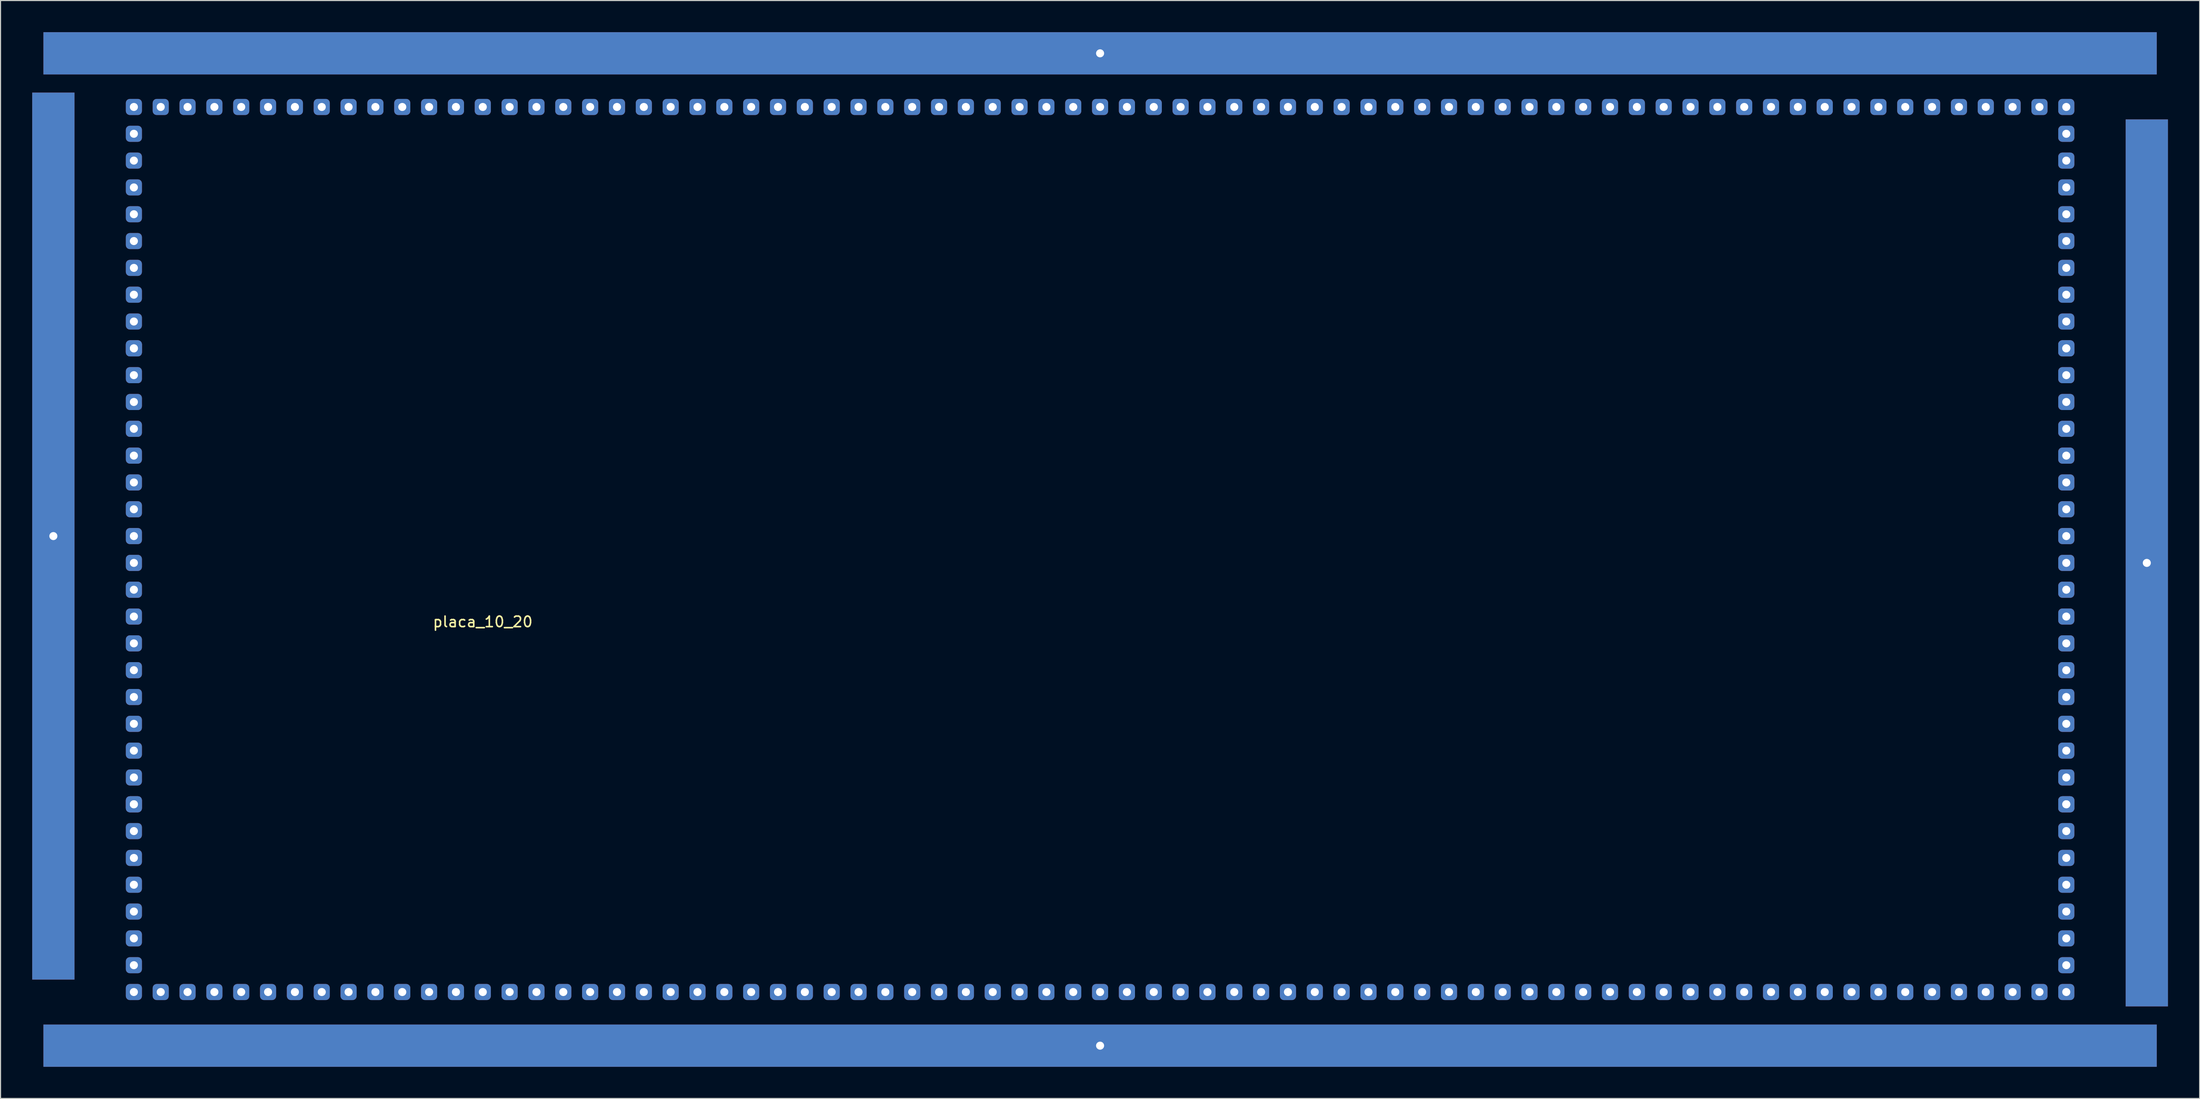
<source format=kicad_pcb>
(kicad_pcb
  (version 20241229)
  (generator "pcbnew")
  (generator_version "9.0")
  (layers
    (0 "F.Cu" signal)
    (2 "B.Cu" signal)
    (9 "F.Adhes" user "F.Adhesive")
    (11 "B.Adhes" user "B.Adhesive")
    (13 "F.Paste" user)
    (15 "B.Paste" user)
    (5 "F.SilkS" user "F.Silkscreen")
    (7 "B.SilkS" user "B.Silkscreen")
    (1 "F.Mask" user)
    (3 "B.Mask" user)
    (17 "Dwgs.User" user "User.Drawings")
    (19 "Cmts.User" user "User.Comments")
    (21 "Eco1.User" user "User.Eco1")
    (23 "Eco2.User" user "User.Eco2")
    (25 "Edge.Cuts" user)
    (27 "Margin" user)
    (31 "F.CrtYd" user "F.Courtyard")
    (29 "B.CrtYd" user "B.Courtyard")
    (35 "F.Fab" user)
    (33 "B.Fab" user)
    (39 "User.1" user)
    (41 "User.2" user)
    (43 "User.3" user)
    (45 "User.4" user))
  (footprint "placa_10_20"
    (layer "F.Cu")
    (at 42.64 55.34)
    (property "Reference" "placa_10_20" (at 0 0.5 0) (layer "F.SilkS") (effects (font (size 1 1) (thickness 0.15))))
    (attr through_hole)
    (pad "" np_thru_hole rect (at -40.64 -7.62) (size 4 84) (drill 0.762) (layers "*.Cu" "*.Mask"))
    (pad "" np_thru_hole rect (at 58.42 -53.34) (size 200 4) (drill 0.762) (layers "*.Cu" "*.Mask"))
    (pad "" np_thru_hole rect (at 58.42 40.64) (size 200 4) (drill 0.762) (layers "*.Cu" "*.Mask"))
    (pad "" np_thru_hole rect (at 157.48 -5.08) (size 4 84) (drill 0.762) (layers "*.Cu" "*.Mask"))
    (pad "1" thru_hole roundrect (at -33.02 -48.26) (size 1.524 1.524) (drill 0.762) (layers "*.Cu" "*.Mask") (roundrect_rratio 0.25))
    (pad "1" thru_hole roundrect (at -33.02 -45.72) (size 1.524 1.524) (drill 0.762) (layers "*.Cu" "*.Mask") (roundrect_rratio 0.25))
    (pad "1" thru_hole roundrect (at -33.02 -43.18) (size 1.524 1.524) (drill 0.762) (layers "*.Cu" "*.Mask") (roundrect_rratio 0.25))
    (pad "1" thru_hole roundrect (at -33.02 -40.64) (size 1.524 1.524) (drill 0.762) (layers "*.Cu" "*.Mask") (roundrect_rratio 0.25))
    (pad "1" thru_hole roundrect (at -33.02 -38.1) (size 1.524 1.524) (drill 0.762) (layers "*.Cu" "*.Mask") (roundrect_rratio 0.25))
    (pad "1" thru_hole roundrect (at -33.02 -35.56) (size 1.524 1.524) (drill 0.762) (layers "*.Cu" "*.Mask") (roundrect_rratio 0.25))
    (pad "1" thru_hole roundrect (at -33.02 -33.02) (size 1.524 1.524) (drill 0.762) (layers "*.Cu" "*.Mask") (roundrect_rratio 0.25))
    (pad "1" thru_hole roundrect (at -33.02 -30.48) (size 1.524 1.524) (drill 0.762) (layers "*.Cu" "*.Mask") (roundrect_rratio 0.25))
    (pad "1" thru_hole roundrect (at -33.02 -27.94) (size 1.524 1.524) (drill 0.762) (layers "*.Cu" "*.Mask") (roundrect_rratio 0.25))
    (pad "1" thru_hole roundrect (at -33.02 -25.4) (size 1.524 1.524) (drill 0.762) (layers "*.Cu" "*.Mask") (roundrect_rratio 0.25))
    (pad "1" thru_hole roundrect (at -33.02 -25.4) (size 1.524 1.524) (drill 0.762) (layers "*.Cu" "*.Mask") (roundrect_rratio 0.25))
    (pad "1" thru_hole roundrect (at -33.02 -22.86) (size 1.524 1.524) (drill 0.762) (layers "*.Cu" "*.Mask") (roundrect_rratio 0.25))
    (pad "1" thru_hole roundrect (at -33.02 -20.32) (size 1.524 1.524) (drill 0.762) (layers "*.Cu" "*.Mask") (roundrect_rratio 0.25))
    (pad "1" thru_hole roundrect (at -33.02 -17.78) (size 1.524 1.524) (drill 0.762) (layers "*.Cu" "*.Mask") (roundrect_rratio 0.25))
    (pad "1" thru_hole roundrect (at -33.02 -15.24) (size 1.524 1.524) (drill 0.762) (layers "*.Cu" "*.Mask") (roundrect_rratio 0.25))
    (pad "1" thru_hole roundrect (at -33.02 -12.7) (size 1.524 1.524) (drill 0.762) (layers "*.Cu" "*.Mask") (roundrect_rratio 0.25))
    (pad "1" thru_hole roundrect (at -33.02 -10.16) (size 1.524 1.524) (drill 0.762) (layers "*.Cu" "*.Mask") (roundrect_rratio 0.25))
    (pad "1" thru_hole roundrect (at -33.02 -7.62) (size 1.524 1.524) (drill 0.762) (layers "*.Cu" "*.Mask") (roundrect_rratio 0.25))
    (pad "1" thru_hole roundrect (at -33.02 -5.08) (size 1.524 1.524) (drill 0.762) (layers "*.Cu" "*.Mask") (roundrect_rratio 0.25))
    (pad "1" thru_hole roundrect (at -33.02 -2.54) (size 1.524 1.524) (drill 0.762) (layers "*.Cu" "*.Mask") (roundrect_rratio 0.25))
    (pad "1" thru_hole roundrect (at -33.02 0) (size 1.524 1.524) (drill 0.762) (layers "*.Cu" "*.Mask") (roundrect_rratio 0.25))
    (pad "1" thru_hole roundrect (at -33.02 2.54) (size 1.524 1.524) (drill 0.762) (layers "*.Cu" "*.Mask") (roundrect_rratio 0.25))
    (pad "1" thru_hole roundrect (at -33.02 5.08) (size 1.524 1.524) (drill 0.762) (layers "*.Cu" "*.Mask") (roundrect_rratio 0.25))
    (pad "1" thru_hole roundrect (at -33.02 7.62) (size 1.524 1.524) (drill 0.762) (layers "*.Cu" "*.Mask") (roundrect_rratio 0.25))
    (pad "1" thru_hole roundrect (at -33.02 10.16) (size 1.524 1.524) (drill 0.762) (layers "*.Cu" "*.Mask") (roundrect_rratio 0.25))
    (pad "1" thru_hole roundrect (at -33.02 12.7) (size 1.524 1.524) (drill 0.762) (layers "*.Cu" "*.Mask") (roundrect_rratio 0.25))
    (pad "1" thru_hole roundrect (at -33.02 15.24) (size 1.524 1.524) (drill 0.762) (layers "*.Cu" "*.Mask") (roundrect_rratio 0.25))
    (pad "1" thru_hole roundrect (at -33.02 17.78) (size 1.524 1.524) (drill 0.762) (layers "*.Cu" "*.Mask") (roundrect_rratio 0.25))
    (pad "1" thru_hole roundrect (at -33.02 17.78) (size 1.524 1.524) (drill 0.762) (layers "*.Cu" "*.Mask") (roundrect_rratio 0.25))
    (pad "1" thru_hole roundrect (at -33.02 20.32) (size 1.524 1.524) (drill 0.762) (layers "*.Cu" "*.Mask") (roundrect_rratio 0.25))
    (pad "1" thru_hole roundrect (at -33.02 22.86) (size 1.524 1.524) (drill 0.762) (layers "*.Cu" "*.Mask") (roundrect_rratio 0.25))
    (pad "1" thru_hole roundrect (at -33.02 25.4) (size 1.524 1.524) (drill 0.762) (layers "*.Cu" "*.Mask") (roundrect_rratio 0.25))
    (pad "1" thru_hole roundrect (at -33.02 27.94) (size 1.524 1.524) (drill 0.762) (layers "*.Cu" "*.Mask") (roundrect_rratio 0.25))
    (pad "1" thru_hole roundrect (at -33.02 30.48) (size 1.524 1.524) (drill 0.762) (layers "*.Cu" "*.Mask") (roundrect_rratio 0.25))
    (pad "1" thru_hole roundrect (at -33.02 33.02) (size 1.524 1.524) (drill 0.762) (layers "*.Cu" "*.Mask") (roundrect_rratio 0.25))
    (pad "1" thru_hole roundrect (at -33.02 35.56) (size 1.524 1.524) (drill 0.762) (layers "*.Cu" "*.Mask") (roundrect_rratio 0.25))
    (pad "1" thru_hole roundrect (at -7.62 -48.26) (size 1.524 1.524) (drill 0.762) (layers "*.Cu" "*.Mask") (roundrect_rratio 0.25))
    (pad "1" thru_hole roundrect (at -7.62 35.56) (size 1.524 1.524) (drill 0.762) (layers "*.Cu" "*.Mask") (roundrect_rratio 0.25))
    (pad "1" thru_hole roundrect (at 17.78 -48.26) (size 1.524 1.524) (drill 0.762) (layers "*.Cu" "*.Mask") (roundrect_rratio 0.25))
    (pad "1" thru_hole roundrect (at 17.78 35.56) (size 1.524 1.524) (drill 0.762) (layers "*.Cu" "*.Mask") (roundrect_rratio 0.25))
    (pad "1" thru_hole roundrect (at 43.18 -48.26) (size 1.524 1.524) (drill 0.762) (layers "*.Cu" "*.Mask") (roundrect_rratio 0.25))
    (pad "1" thru_hole roundrect (at 43.18 35.56) (size 1.524 1.524) (drill 0.762) (layers "*.Cu" "*.Mask") (roundrect_rratio 0.25))
    (pad "1" thru_hole roundrect (at 68.58 -48.26) (size 1.524 1.524) (drill 0.762) (layers "*.Cu" "*.Mask") (roundrect_rratio 0.25))
    (pad "1" thru_hole roundrect (at 68.58 35.56) (size 1.524 1.524) (drill 0.762) (layers "*.Cu" "*.Mask") (roundrect_rratio 0.25))
    (pad "1" thru_hole roundrect (at 93.98 -48.26) (size 1.524 1.524) (drill 0.762) (layers "*.Cu" "*.Mask") (roundrect_rratio 0.25))
    (pad "1" thru_hole roundrect (at 93.98 35.56) (size 1.524 1.524) (drill 0.762) (layers "*.Cu" "*.Mask") (roundrect_rratio 0.25))
    (pad "1" thru_hole roundrect (at 119.38 -48.26) (size 1.524 1.524) (drill 0.762) (layers "*.Cu" "*.Mask") (roundrect_rratio 0.25))
    (pad "1" thru_hole roundrect (at 119.38 35.56) (size 1.524 1.524) (drill 0.762) (layers "*.Cu" "*.Mask") (roundrect_rratio 0.25))
    (pad "1" thru_hole roundrect (at 144.78 -48.26) (size 1.524 1.524) (drill 0.762) (layers "*.Cu" "*.Mask") (roundrect_rratio 0.25))
    (pad "1" thru_hole roundrect (at 144.78 35.56) (size 1.524 1.524) (drill 0.762) (layers "*.Cu" "*.Mask") (roundrect_rratio 0.25))
    (pad "1" thru_hole roundrect (at 149.86 -45.72) (size 1.524 1.524) (drill 0.762) (layers "*.Cu" "*.Mask") (roundrect_rratio 0.25))
    (pad "1" thru_hole roundrect (at 149.86 -43.18) (size 1.524 1.524) (drill 0.762) (layers "*.Cu" "*.Mask") (roundrect_rratio 0.25))
    (pad "1" thru_hole roundrect (at 149.86 -40.64) (size 1.524 1.524) (drill 0.762) (layers "*.Cu" "*.Mask") (roundrect_rratio 0.25))
    (pad "1" thru_hole roundrect (at 149.86 -38.1) (size 1.524 1.524) (drill 0.762) (layers "*.Cu" "*.Mask") (roundrect_rratio 0.25))
    (pad "1" thru_hole roundrect (at 149.86 -35.56) (size 1.524 1.524) (drill 0.762) (layers "*.Cu" "*.Mask") (roundrect_rratio 0.25))
    (pad "1" thru_hole roundrect (at 149.86 -33.02) (size 1.524 1.524) (drill 0.762) (layers "*.Cu" "*.Mask") (roundrect_rratio 0.25))
    (pad "1" thru_hole roundrect (at 149.86 -30.48) (size 1.524 1.524) (drill 0.762) (layers "*.Cu" "*.Mask") (roundrect_rratio 0.25))
    (pad "1" thru_hole roundrect (at 149.86 -27.94) (size 1.524 1.524) (drill 0.762) (layers "*.Cu" "*.Mask") (roundrect_rratio 0.25))
    (pad "1" thru_hole roundrect (at 149.86 -25.4) (size 1.524 1.524) (drill 0.762) (layers "*.Cu" "*.Mask") (roundrect_rratio 0.25))
    (pad "1" thru_hole roundrect (at 149.86 -25.4) (size 1.524 1.524) (drill 0.762) (layers "*.Cu" "*.Mask") (roundrect_rratio 0.25))
    (pad "1" thru_hole roundrect (at 149.86 -22.86) (size 1.524 1.524) (drill 0.762) (layers "*.Cu" "*.Mask") (roundrect_rratio 0.25))
    (pad "1" thru_hole roundrect (at 149.86 -20.32) (size 1.524 1.524) (drill 0.762) (layers "*.Cu" "*.Mask") (roundrect_rratio 0.25))
    (pad "1" thru_hole roundrect (at 149.86 -17.78) (size 1.524 1.524) (drill 0.762) (layers "*.Cu" "*.Mask") (roundrect_rratio 0.25))
    (pad "1" thru_hole roundrect (at 149.86 -15.24) (size 1.524 1.524) (drill 0.762) (layers "*.Cu" "*.Mask") (roundrect_rratio 0.25))
    (pad "1" thru_hole roundrect (at 149.86 -12.7) (size 1.524 1.524) (drill 0.762) (layers "*.Cu" "*.Mask") (roundrect_rratio 0.25))
    (pad "1" thru_hole roundrect (at 149.86 -10.16) (size 1.524 1.524) (drill 0.762) (layers "*.Cu" "*.Mask") (roundrect_rratio 0.25))
    (pad "1" thru_hole roundrect (at 149.86 -7.62) (size 1.524 1.524) (drill 0.762) (layers "*.Cu" "*.Mask") (roundrect_rratio 0.25))
    (pad "1" thru_hole roundrect (at 149.86 -5.08) (size 1.524 1.524) (drill 0.762) (layers "*.Cu" "*.Mask") (roundrect_rratio 0.25))
    (pad "1" thru_hole roundrect (at 149.86 -2.54) (size 1.524 1.524) (drill 0.762) (layers "*.Cu" "*.Mask") (roundrect_rratio 0.25))
    (pad "1" thru_hole roundrect (at 149.86 0) (size 1.524 1.524) (drill 0.762) (layers "*.Cu" "*.Mask") (roundrect_rratio 0.25))
    (pad "1" thru_hole roundrect (at 149.86 2.54) (size 1.524 1.524) (drill 0.762) (layers "*.Cu" "*.Mask") (roundrect_rratio 0.25))
    (pad "1" thru_hole roundrect (at 149.86 5.08) (size 1.524 1.524) (drill 0.762) (layers "*.Cu" "*.Mask") (roundrect_rratio 0.25))
    (pad "1" thru_hole roundrect (at 149.86 7.62) (size 1.524 1.524) (drill 0.762) (layers "*.Cu" "*.Mask") (roundrect_rratio 0.25))
    (pad "1" thru_hole roundrect (at 149.86 10.16) (size 1.524 1.524) (drill 0.762) (layers "*.Cu" "*.Mask") (roundrect_rratio 0.25))
    (pad "1" thru_hole roundrect (at 149.86 12.7) (size 1.524 1.524) (drill 0.762) (layers "*.Cu" "*.Mask") (roundrect_rratio 0.25))
    (pad "1" thru_hole roundrect (at 149.86 15.24) (size 1.524 1.524) (drill 0.762) (layers "*.Cu" "*.Mask") (roundrect_rratio 0.25))
    (pad "1" thru_hole roundrect (at 149.86 17.78) (size 1.524 1.524) (drill 0.762) (layers "*.Cu" "*.Mask") (roundrect_rratio 0.25))
    (pad "1" thru_hole roundrect (at 149.86 17.78) (size 1.524 1.524) (drill 0.762) (layers "*.Cu" "*.Mask") (roundrect_rratio 0.25))
    (pad "1" thru_hole roundrect (at 149.86 20.32) (size 1.524 1.524) (drill 0.762) (layers "*.Cu" "*.Mask") (roundrect_rratio 0.25))
    (pad "1" thru_hole roundrect (at 149.86 22.86) (size 1.524 1.524) (drill 0.762) (layers "*.Cu" "*.Mask") (roundrect_rratio 0.25))
    (pad "1" thru_hole roundrect (at 149.86 25.4) (size 1.524 1.524) (drill 0.762) (layers "*.Cu" "*.Mask") (roundrect_rratio 0.25))
    (pad "1" thru_hole roundrect (at 149.86 27.94) (size 1.524 1.524) (drill 0.762) (layers "*.Cu" "*.Mask") (roundrect_rratio 0.25))
    (pad "1" thru_hole roundrect (at 149.86 30.48) (size 1.524 1.524) (drill 0.762) (layers "*.Cu" "*.Mask") (roundrect_rratio 0.25))
    (pad "1" thru_hole roundrect (at 149.86 33.02) (size 1.524 1.524) (drill 0.762) (layers "*.Cu" "*.Mask") (roundrect_rratio 0.25))
    (pad "1" thru_hole roundrect (at 149.86 35.56) (size 1.524 1.524) (drill 0.762) (layers "*.Cu" "*.Mask") (roundrect_rratio 0.25))
    (pad "3" thru_hole roundrect (at -30.48 -48.26) (size 1.524 1.524) (drill 0.762) (layers "*.Cu" "*.Mask") (roundrect_rratio 0.25))
    (pad "3" thru_hole roundrect (at -30.48 35.56) (size 1.524 1.524) (drill 0.762) (layers "*.Cu" "*.Mask") (roundrect_rratio 0.25))
    (pad "3" thru_hole roundrect (at -5.08 -48.26) (size 1.524 1.524) (drill 0.762) (layers "*.Cu" "*.Mask") (roundrect_rratio 0.25))
    (pad "3" thru_hole roundrect (at -5.08 35.56) (size 1.524 1.524) (drill 0.762) (layers "*.Cu" "*.Mask") (roundrect_rratio 0.25))
    (pad "3" thru_hole roundrect (at 20.32 -48.26) (size 1.524 1.524) (drill 0.762) (layers "*.Cu" "*.Mask") (roundrect_rratio 0.25))
    (pad "3" thru_hole roundrect (at 20.32 35.56) (size 1.524 1.524) (drill 0.762) (layers "*.Cu" "*.Mask") (roundrect_rratio 0.25))
    (pad "3" thru_hole roundrect (at 45.72 -48.26) (size 1.524 1.524) (drill 0.762) (layers "*.Cu" "*.Mask") (roundrect_rratio 0.25))
    (pad "3" thru_hole roundrect (at 45.72 35.56) (size 1.524 1.524) (drill 0.762) (layers "*.Cu" "*.Mask") (roundrect_rratio 0.25))
    (pad "3" thru_hole roundrect (at 71.12 -48.26) (size 1.524 1.524) (drill 0.762) (layers "*.Cu" "*.Mask") (roundrect_rratio 0.25))
    (pad "3" thru_hole roundrect (at 71.12 35.56) (size 1.524 1.524) (drill 0.762) (layers "*.Cu" "*.Mask") (roundrect_rratio 0.25))
    (pad "3" thru_hole roundrect (at 96.52 -48.26) (size 1.524 1.524) (drill 0.762) (layers "*.Cu" "*.Mask") (roundrect_rratio 0.25))
    (pad "3" thru_hole roundrect (at 96.52 35.56) (size 1.524 1.524) (drill 0.762) (layers "*.Cu" "*.Mask") (roundrect_rratio 0.25))
    (pad "3" thru_hole roundrect (at 121.92 -48.26) (size 1.524 1.524) (drill 0.762) (layers "*.Cu" "*.Mask") (roundrect_rratio 0.25))
    (pad "3" thru_hole roundrect (at 121.92 35.56) (size 1.524 1.524) (drill 0.762) (layers "*.Cu" "*.Mask") (roundrect_rratio 0.25))
    (pad "3" thru_hole roundrect (at 147.32 -48.26) (size 1.524 1.524) (drill 0.762) (layers "*.Cu" "*.Mask") (roundrect_rratio 0.25))
    (pad "3" thru_hole roundrect (at 147.32 35.56) (size 1.524 1.524) (drill 0.762) (layers "*.Cu" "*.Mask") (roundrect_rratio 0.25))
    (pad "4" thru_hole roundrect (at -27.94 -48.26) (size 1.524 1.524) (drill 0.762) (layers "*.Cu" "*.Mask") (roundrect_rratio 0.25))
    (pad "4" thru_hole roundrect (at -27.94 35.56) (size 1.524 1.524) (drill 0.762) (layers "*.Cu" "*.Mask") (roundrect_rratio 0.25))
    (pad "4" thru_hole roundrect (at -2.54 -48.26) (size 1.524 1.524) (drill 0.762) (layers "*.Cu" "*.Mask") (roundrect_rratio 0.25))
    (pad "4" thru_hole roundrect (at -2.54 35.56) (size 1.524 1.524) (drill 0.762) (layers "*.Cu" "*.Mask") (roundrect_rratio 0.25))
    (pad "4" thru_hole roundrect (at 22.86 -48.26) (size 1.524 1.524) (drill 0.762) (layers "*.Cu" "*.Mask") (roundrect_rratio 0.25))
    (pad "4" thru_hole roundrect (at 22.86 35.56) (size 1.524 1.524) (drill 0.762) (layers "*.Cu" "*.Mask") (roundrect_rratio 0.25))
    (pad "4" thru_hole roundrect (at 48.26 -48.26) (size 1.524 1.524) (drill 0.762) (layers "*.Cu" "*.Mask") (roundrect_rratio 0.25))
    (pad "4" thru_hole roundrect (at 48.26 35.56) (size 1.524 1.524) (drill 0.762) (layers "*.Cu" "*.Mask") (roundrect_rratio 0.25))
    (pad "4" thru_hole roundrect (at 73.66 -48.26) (size 1.524 1.524) (drill 0.762) (layers "*.Cu" "*.Mask") (roundrect_rratio 0.25))
    (pad "4" thru_hole roundrect (at 73.66 35.56) (size 1.524 1.524) (drill 0.762) (layers "*.Cu" "*.Mask") (roundrect_rratio 0.25))
    (pad "4" thru_hole roundrect (at 99.06 -48.26) (size 1.524 1.524) (drill 0.762) (layers "*.Cu" "*.Mask") (roundrect_rratio 0.25))
    (pad "4" thru_hole roundrect (at 99.06 35.56) (size 1.524 1.524) (drill 0.762) (layers "*.Cu" "*.Mask") (roundrect_rratio 0.25))
    (pad "4" thru_hole roundrect (at 124.46 -48.26) (size 1.524 1.524) (drill 0.762) (layers "*.Cu" "*.Mask") (roundrect_rratio 0.25))
    (pad "4" thru_hole roundrect (at 124.46 35.56) (size 1.524 1.524) (drill 0.762) (layers "*.Cu" "*.Mask") (roundrect_rratio 0.25))
    (pad "4" thru_hole roundrect (at 149.86 -48.26) (size 1.524 1.524) (drill 0.762) (layers "*.Cu" "*.Mask") (roundrect_rratio 0.25))
    (pad "6" thru_hole roundrect (at -25.4 -48.26) (size 1.524 1.524) (drill 0.762) (layers "*.Cu" "*.Mask") (roundrect_rratio 0.25))
    (pad "6" thru_hole roundrect (at -25.4 35.56) (size 1.524 1.524) (drill 0.762) (layers "*.Cu" "*.Mask") (roundrect_rratio 0.25))
    (pad "6" thru_hole roundrect (at 0 -48.26) (size 1.524 1.524) (drill 0.762) (layers "*.Cu" "*.Mask") (roundrect_rratio 0.25))
    (pad "6" thru_hole roundrect (at 0 35.56) (size 1.524 1.524) (drill 0.762) (layers "*.Cu" "*.Mask") (roundrect_rratio 0.25))
    (pad "6" thru_hole roundrect (at 25.4 -48.26) (size 1.524 1.524) (drill 0.762) (layers "*.Cu" "*.Mask") (roundrect_rratio 0.25))
    (pad "6" thru_hole roundrect (at 25.4 35.56) (size 1.524 1.524) (drill 0.762) (layers "*.Cu" "*.Mask") (roundrect_rratio 0.25))
    (pad "6" thru_hole roundrect (at 50.8 -48.26) (size 1.524 1.524) (drill 0.762) (layers "*.Cu" "*.Mask") (roundrect_rratio 0.25))
    (pad "6" thru_hole roundrect (at 50.8 35.56) (size 1.524 1.524) (drill 0.762) (layers "*.Cu" "*.Mask") (roundrect_rratio 0.25))
    (pad "6" thru_hole roundrect (at 76.2 -48.26) (size 1.524 1.524) (drill 0.762) (layers "*.Cu" "*.Mask") (roundrect_rratio 0.25))
    (pad "6" thru_hole roundrect (at 76.2 35.56) (size 1.524 1.524) (drill 0.762) (layers "*.Cu" "*.Mask") (roundrect_rratio 0.25))
    (pad "6" thru_hole roundrect (at 101.6 -48.26) (size 1.524 1.524) (drill 0.762) (layers "*.Cu" "*.Mask") (roundrect_rratio 0.25))
    (pad "6" thru_hole roundrect (at 101.6 35.56) (size 1.524 1.524) (drill 0.762) (layers "*.Cu" "*.Mask") (roundrect_rratio 0.25))
    (pad "6" thru_hole roundrect (at 127 -48.26) (size 1.524 1.524) (drill 0.762) (layers "*.Cu" "*.Mask") (roundrect_rratio 0.25))
    (pad "6" thru_hole roundrect (at 127 35.56) (size 1.524 1.524) (drill 0.762) (layers "*.Cu" "*.Mask") (roundrect_rratio 0.25))
    (pad "7" thru_hole roundrect (at -22.86 -48.26) (size 1.524 1.524) (drill 0.762) (layers "*.Cu" "*.Mask") (roundrect_rratio 0.25))
    (pad "7" thru_hole roundrect (at -22.86 35.56) (size 1.524 1.524) (drill 0.762) (layers "*.Cu" "*.Mask") (roundrect_rratio 0.25))
    (pad "7" thru_hole roundrect (at 2.54 -48.26) (size 1.524 1.524) (drill 0.762) (layers "*.Cu" "*.Mask") (roundrect_rratio 0.25))
    (pad "7" thru_hole roundrect (at 2.54 35.56) (size 1.524 1.524) (drill 0.762) (layers "*.Cu" "*.Mask") (roundrect_rratio 0.25))
    (pad "7" thru_hole roundrect (at 27.94 -48.26) (size 1.524 1.524) (drill 0.762) (layers "*.Cu" "*.Mask") (roundrect_rratio 0.25))
    (pad "7" thru_hole roundrect (at 27.94 35.56) (size 1.524 1.524) (drill 0.762) (layers "*.Cu" "*.Mask") (roundrect_rratio 0.25))
    (pad "7" thru_hole roundrect (at 53.34 -48.26) (size 1.524 1.524) (drill 0.762) (layers "*.Cu" "*.Mask") (roundrect_rratio 0.25))
    (pad "7" thru_hole roundrect (at 53.34 35.56) (size 1.524 1.524) (drill 0.762) (layers "*.Cu" "*.Mask") (roundrect_rratio 0.25))
    (pad "7" thru_hole roundrect (at 78.74 -48.26) (size 1.524 1.524) (drill 0.762) (layers "*.Cu" "*.Mask") (roundrect_rratio 0.25))
    (pad "7" thru_hole roundrect (at 78.74 35.56) (size 1.524 1.524) (drill 0.762) (layers "*.Cu" "*.Mask") (roundrect_rratio 0.25))
    (pad "7" thru_hole roundrect (at 104.14 -48.26) (size 1.524 1.524) (drill 0.762) (layers "*.Cu" "*.Mask") (roundrect_rratio 0.25))
    (pad "7" thru_hole roundrect (at 104.14 35.56) (size 1.524 1.524) (drill 0.762) (layers "*.Cu" "*.Mask") (roundrect_rratio 0.25))
    (pad "7" thru_hole roundrect (at 129.54 -48.26) (size 1.524 1.524) (drill 0.762) (layers "*.Cu" "*.Mask") (roundrect_rratio 0.25))
    (pad "7" thru_hole roundrect (at 129.54 35.56) (size 1.524 1.524) (drill 0.762) (layers "*.Cu" "*.Mask") (roundrect_rratio 0.25))
    (pad "8" thru_hole roundrect (at -20.32 -48.26) (size 1.524 1.524) (drill 0.762) (layers "*.Cu" "*.Mask") (roundrect_rratio 0.25))
    (pad "8" thru_hole roundrect (at -20.32 35.56) (size 1.524 1.524) (drill 0.762) (layers "*.Cu" "*.Mask") (roundrect_rratio 0.25))
    (pad "8" thru_hole roundrect (at 5.08 -48.26) (size 1.524 1.524) (drill 0.762) (layers "*.Cu" "*.Mask") (roundrect_rratio 0.25))
    (pad "8" thru_hole roundrect (at 5.08 35.56) (size 1.524 1.524) (drill 0.762) (layers "*.Cu" "*.Mask") (roundrect_rratio 0.25))
    (pad "8" thru_hole roundrect (at 30.48 -48.26) (size 1.524 1.524) (drill 0.762) (layers "*.Cu" "*.Mask") (roundrect_rratio 0.25))
    (pad "8" thru_hole roundrect (at 30.48 35.56) (size 1.524 1.524) (drill 0.762) (layers "*.Cu" "*.Mask") (roundrect_rratio 0.25))
    (pad "8" thru_hole roundrect (at 55.88 -48.26) (size 1.524 1.524) (drill 0.762) (layers "*.Cu" "*.Mask") (roundrect_rratio 0.25))
    (pad "8" thru_hole roundrect (at 55.88 35.56) (size 1.524 1.524) (drill 0.762) (layers "*.Cu" "*.Mask") (roundrect_rratio 0.25))
    (pad "8" thru_hole roundrect (at 81.28 -48.26) (size 1.524 1.524) (drill 0.762) (layers "*.Cu" "*.Mask") (roundrect_rratio 0.25))
    (pad "8" thru_hole roundrect (at 81.28 35.56) (size 1.524 1.524) (drill 0.762) (layers "*.Cu" "*.Mask") (roundrect_rratio 0.25))
    (pad "8" thru_hole roundrect (at 106.68 -48.26) (size 1.524 1.524) (drill 0.762) (layers "*.Cu" "*.Mask") (roundrect_rratio 0.25))
    (pad "8" thru_hole roundrect (at 106.68 35.56) (size 1.524 1.524) (drill 0.762) (layers "*.Cu" "*.Mask") (roundrect_rratio 0.25))
    (pad "8" thru_hole roundrect (at 132.08 -48.26) (size 1.524 1.524) (drill 0.762) (layers "*.Cu" "*.Mask") (roundrect_rratio 0.25))
    (pad "8" thru_hole roundrect (at 132.08 35.56) (size 1.524 1.524) (drill 0.762) (layers "*.Cu" "*.Mask") (roundrect_rratio 0.25))
    (pad "9" thru_hole roundrect (at -17.78 -48.26) (size 1.524 1.524) (drill 0.762) (layers "*.Cu" "*.Mask") (roundrect_rratio 0.25))
    (pad "9" thru_hole roundrect (at -17.78 35.56) (size 1.524 1.524) (drill 0.762) (layers "*.Cu" "*.Mask") (roundrect_rratio 0.25))
    (pad "9" thru_hole roundrect (at 7.62 -48.26) (size 1.524 1.524) (drill 0.762) (layers "*.Cu" "*.Mask") (roundrect_rratio 0.25))
    (pad "9" thru_hole roundrect (at 7.62 35.56) (size 1.524 1.524) (drill 0.762) (layers "*.Cu" "*.Mask") (roundrect_rratio 0.25))
    (pad "9" thru_hole roundrect (at 33.02 -48.26) (size 1.524 1.524) (drill 0.762) (layers "*.Cu" "*.Mask") (roundrect_rratio 0.25))
    (pad "9" thru_hole roundrect (at 33.02 35.56) (size 1.524 1.524) (drill 0.762) (layers "*.Cu" "*.Mask") (roundrect_rratio 0.25))
    (pad "9" thru_hole roundrect (at 58.42 -48.26) (size 1.524 1.524) (drill 0.762) (layers "*.Cu" "*.Mask") (roundrect_rratio 0.25))
    (pad "9" thru_hole roundrect (at 58.42 35.56) (size 1.524 1.524) (drill 0.762) (layers "*.Cu" "*.Mask") (roundrect_rratio 0.25))
    (pad "9" thru_hole roundrect (at 83.82 -48.26) (size 1.524 1.524) (drill 0.762) (layers "*.Cu" "*.Mask") (roundrect_rratio 0.25))
    (pad "9" thru_hole roundrect (at 83.82 35.56) (size 1.524 1.524) (drill 0.762) (layers "*.Cu" "*.Mask") (roundrect_rratio 0.25))
    (pad "9" thru_hole roundrect (at 109.22 -48.26) (size 1.524 1.524) (drill 0.762) (layers "*.Cu" "*.Mask") (roundrect_rratio 0.25))
    (pad "9" thru_hole roundrect (at 109.22 35.56) (size 1.524 1.524) (drill 0.762) (layers "*.Cu" "*.Mask") (roundrect_rratio 0.25))
    (pad "9" thru_hole roundrect (at 134.62 -48.26) (size 1.524 1.524) (drill 0.762) (layers "*.Cu" "*.Mask") (roundrect_rratio 0.25))
    (pad "9" thru_hole roundrect (at 134.62 35.56) (size 1.524 1.524) (drill 0.762) (layers "*.Cu" "*.Mask") (roundrect_rratio 0.25))
    (pad "10" thru_hole roundrect (at -15.24 -48.26) (size 1.524 1.524) (drill 0.762) (layers "*.Cu" "*.Mask") (roundrect_rratio 0.25))
    (pad "10" thru_hole roundrect (at -15.24 35.56) (size 1.524 1.524) (drill 0.762) (layers "*.Cu" "*.Mask") (roundrect_rratio 0.25))
    (pad "10" thru_hole roundrect (at 10.16 -48.26) (size 1.524 1.524) (drill 0.762) (layers "*.Cu" "*.Mask") (roundrect_rratio 0.25))
    (pad "10" thru_hole roundrect (at 10.16 35.56) (size 1.524 1.524) (drill 0.762) (layers "*.Cu" "*.Mask") (roundrect_rratio 0.25))
    (pad "10" thru_hole roundrect (at 35.56 -48.26) (size 1.524 1.524) (drill 0.762) (layers "*.Cu" "*.Mask") (roundrect_rratio 0.25))
    (pad "10" thru_hole roundrect (at 35.56 35.56) (size 1.524 1.524) (drill 0.762) (layers "*.Cu" "*.Mask") (roundrect_rratio 0.25))
    (pad "10" thru_hole roundrect (at 60.96 -48.26) (size 1.524 1.524) (drill 0.762) (layers "*.Cu" "*.Mask") (roundrect_rratio 0.25))
    (pad "10" thru_hole roundrect (at 60.96 35.56) (size 1.524 1.524) (drill 0.762) (layers "*.Cu" "*.Mask") (roundrect_rratio 0.25))
    (pad "10" thru_hole roundrect (at 86.36 -48.26) (size 1.524 1.524) (drill 0.762) (layers "*.Cu" "*.Mask") (roundrect_rratio 0.25))
    (pad "10" thru_hole roundrect (at 86.36 35.56) (size 1.524 1.524) (drill 0.762) (layers "*.Cu" "*.Mask") (roundrect_rratio 0.25))
    (pad "10" thru_hole roundrect (at 111.76 -48.26) (size 1.524 1.524) (drill 0.762) (layers "*.Cu" "*.Mask") (roundrect_rratio 0.25))
    (pad "10" thru_hole roundrect (at 111.76 35.56) (size 1.524 1.524) (drill 0.762) (layers "*.Cu" "*.Mask") (roundrect_rratio 0.25))
    (pad "10" thru_hole roundrect (at 137.16 -48.26) (size 1.524 1.524) (drill 0.762) (layers "*.Cu" "*.Mask") (roundrect_rratio 0.25))
    (pad "10" thru_hole roundrect (at 137.16 35.56) (size 1.524 1.524) (drill 0.762) (layers "*.Cu" "*.Mask") (roundrect_rratio 0.25))
    (pad "11" thru_hole roundrect (at -12.7 -48.26) (size 1.524 1.524) (drill 0.762) (layers "*.Cu" "*.Mask") (roundrect_rratio 0.25))
    (pad "11" thru_hole roundrect (at -12.7 35.56) (size 1.524 1.524) (drill 0.762) (layers "*.Cu" "*.Mask") (roundrect_rratio 0.25))
    (pad "11" thru_hole roundrect (at 12.7 -48.26) (size 1.524 1.524) (drill 0.762) (layers "*.Cu" "*.Mask") (roundrect_rratio 0.25))
    (pad "11" thru_hole roundrect (at 12.7 35.56) (size 1.524 1.524) (drill 0.762) (layers "*.Cu" "*.Mask") (roundrect_rratio 0.25))
    (pad "11" thru_hole roundrect (at 38.1 -48.26) (size 1.524 1.524) (drill 0.762) (layers "*.Cu" "*.Mask") (roundrect_rratio 0.25))
    (pad "11" thru_hole roundrect (at 38.1 35.56) (size 1.524 1.524) (drill 0.762) (layers "*.Cu" "*.Mask") (roundrect_rratio 0.25))
    (pad "11" thru_hole roundrect (at 63.5 -48.26) (size 1.524 1.524) (drill 0.762) (layers "*.Cu" "*.Mask") (roundrect_rratio 0.25))
    (pad "11" thru_hole roundrect (at 63.5 35.56) (size 1.524 1.524) (drill 0.762) (layers "*.Cu" "*.Mask") (roundrect_rratio 0.25))
    (pad "11" thru_hole roundrect (at 88.9 -48.26) (size 1.524 1.524) (drill 0.762) (layers "*.Cu" "*.Mask") (roundrect_rratio 0.25))
    (pad "11" thru_hole roundrect (at 88.9 35.56) (size 1.524 1.524) (drill 0.762) (layers "*.Cu" "*.Mask") (roundrect_rratio 0.25))
    (pad "11" thru_hole roundrect (at 114.3 -48.26) (size 1.524 1.524) (drill 0.762) (layers "*.Cu" "*.Mask") (roundrect_rratio 0.25))
    (pad "11" thru_hole roundrect (at 114.3 35.56) (size 1.524 1.524) (drill 0.762) (layers "*.Cu" "*.Mask") (roundrect_rratio 0.25))
    (pad "11" thru_hole roundrect (at 139.7 -48.26) (size 1.524 1.524) (drill 0.762) (layers "*.Cu" "*.Mask") (roundrect_rratio 0.25))
    (pad "11" thru_hole roundrect (at 139.7 35.56) (size 1.524 1.524) (drill 0.762) (layers "*.Cu" "*.Mask") (roundrect_rratio 0.25))
    (pad "12" thru_hole roundrect (at -10.16 -48.26) (size 1.524 1.524) (drill 0.762) (layers "*.Cu" "*.Mask") (roundrect_rratio 0.25))
    (pad "12" thru_hole roundrect (at -10.16 35.56) (size 1.524 1.524) (drill 0.762) (layers "*.Cu" "*.Mask") (roundrect_rratio 0.25))
    (pad "12" thru_hole roundrect (at 15.24 -48.26) (size 1.524 1.524) (drill 0.762) (layers "*.Cu" "*.Mask") (roundrect_rratio 0.25))
    (pad "12" thru_hole roundrect (at 15.24 35.56) (size 1.524 1.524) (drill 0.762) (layers "*.Cu" "*.Mask") (roundrect_rratio 0.25))
    (pad "12" thru_hole roundrect (at 40.64 -48.26) (size 1.524 1.524) (drill 0.762) (layers "*.Cu" "*.Mask") (roundrect_rratio 0.25))
    (pad "12" thru_hole roundrect (at 40.64 35.56) (size 1.524 1.524) (drill 0.762) (layers "*.Cu" "*.Mask") (roundrect_rratio 0.25))
    (pad "12" thru_hole roundrect (at 66.04 -48.26) (size 1.524 1.524) (drill 0.762) (layers "*.Cu" "*.Mask") (roundrect_rratio 0.25))
    (pad "12" thru_hole roundrect (at 66.04 35.56) (size 1.524 1.524) (drill 0.762) (layers "*.Cu" "*.Mask") (roundrect_rratio 0.25))
    (pad "12" thru_hole roundrect (at 91.44 -48.26) (size 1.524 1.524) (drill 0.762) (layers "*.Cu" "*.Mask") (roundrect_rratio 0.25))
    (pad "12" thru_hole roundrect (at 91.44 35.56) (size 1.524 1.524) (drill 0.762) (layers "*.Cu" "*.Mask") (roundrect_rratio 0.25))
    (pad "12" thru_hole roundrect (at 116.84 -48.26) (size 1.524 1.524) (drill 0.762) (layers "*.Cu" "*.Mask") (roundrect_rratio 0.25))
    (pad "12" thru_hole roundrect (at 116.84 35.56) (size 1.524 1.524) (drill 0.762) (layers "*.Cu" "*.Mask") (roundrect_rratio 0.25))
    (pad "12" thru_hole roundrect (at 142.24 -48.26) (size 1.524 1.524) (drill 0.762) (layers "*.Cu" "*.Mask") (roundrect_rratio 0.25))
    (pad "12" thru_hole roundrect (at 142.24 35.56) (size 1.524 1.524) (drill 0.762) (layers "*.Cu" "*.Mask") (roundrect_rratio 0.25)))
  (gr_rect
    (start -3 -3)
    (end 205.12 100.98)
    (stroke (width 0.1) (type default))
    (fill no)
    (layer "Edge.Cuts")))
</source>
